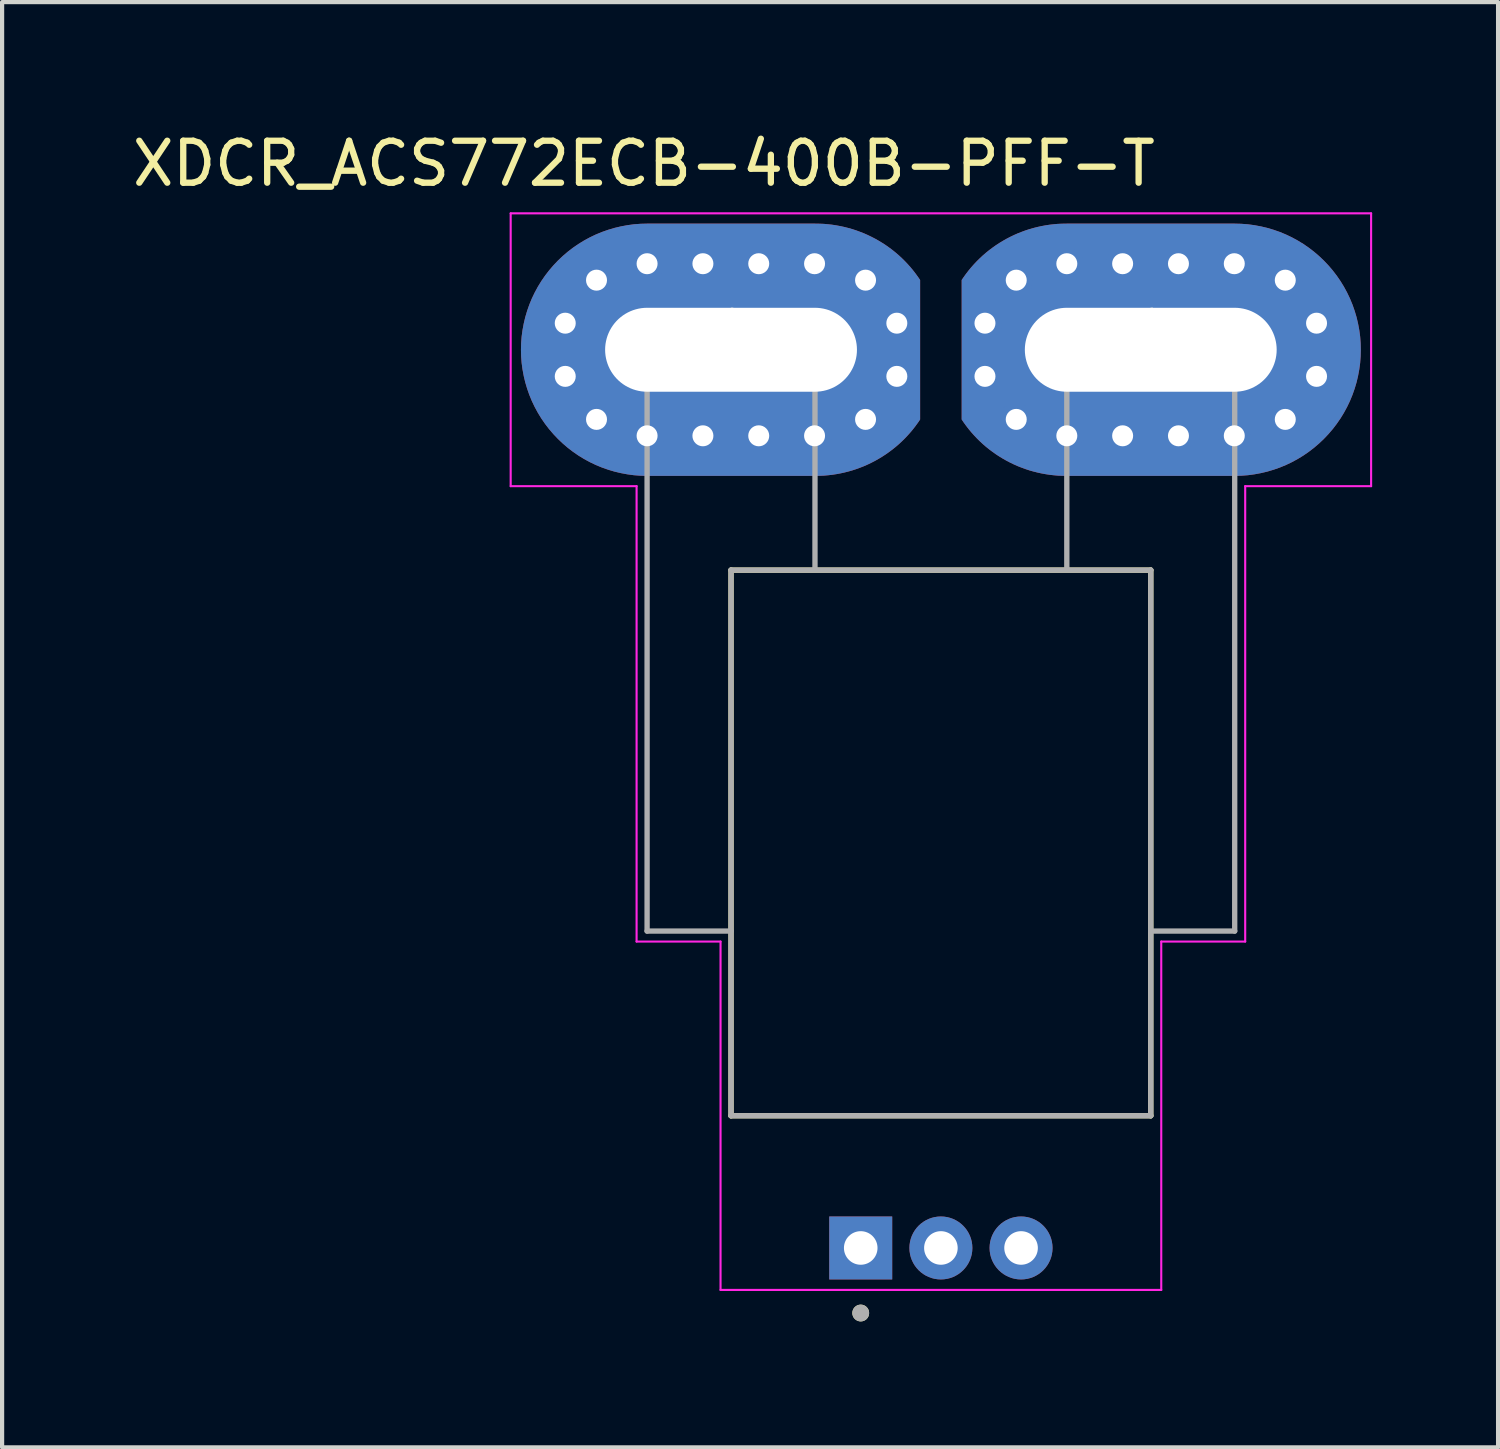
<source format=kicad_pcb>
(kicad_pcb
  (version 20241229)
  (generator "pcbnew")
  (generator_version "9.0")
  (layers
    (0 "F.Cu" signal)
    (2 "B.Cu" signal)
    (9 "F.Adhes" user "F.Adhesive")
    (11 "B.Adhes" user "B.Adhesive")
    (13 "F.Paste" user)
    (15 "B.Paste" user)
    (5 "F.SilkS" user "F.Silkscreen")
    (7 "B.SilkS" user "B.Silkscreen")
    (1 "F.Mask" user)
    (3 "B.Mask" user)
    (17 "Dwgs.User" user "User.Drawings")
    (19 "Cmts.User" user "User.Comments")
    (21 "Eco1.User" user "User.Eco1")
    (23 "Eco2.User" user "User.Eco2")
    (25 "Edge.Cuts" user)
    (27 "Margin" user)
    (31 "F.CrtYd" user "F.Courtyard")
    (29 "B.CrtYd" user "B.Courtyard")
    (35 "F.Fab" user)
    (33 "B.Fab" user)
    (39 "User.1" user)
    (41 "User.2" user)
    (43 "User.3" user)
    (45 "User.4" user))
  (footprint "XDCR_ACS772ECB-400B-PFF-T"
    (layer "F.Cu")
    (at 19.367 15.983)
    (property "Reference" "XDCR_ACS772ECB-400B-PFF-T" (at -7.075 -15.135 0) (layer "F.SilkS") (effects (font (size 1 1) (thickness 0.15))))
    (attr through_hole)
    (fp_poly (pts (xy -3 -7.6) (xy -7 -7.6) (xy -7.162 -7.604) (xy -7.324 -7.617) (xy -7.485 -7.638) (xy -7.645 -7.668) (xy -7.802 -7.706) (xy -7.958 -7.752) (xy -8.111 -7.806) (xy -8.261 -7.868) (xy -8.407 -7.938) (xy -8.55 -8.015) (xy -8.688 -8.1) (xy -8.822 -8.192) (xy -8.951 -8.291) (xy -9.074 -8.396) (xy -9.192 -8.508) (xy -9.304 -8.626) (xy -9.409 -8.749) (xy -9.508 -8.878) (xy -9.6 -9.012) (xy -9.685 -9.15) (xy -9.762 -9.293) (xy -9.832 -9.439) (xy -9.894 -9.589) (xy -9.948 -9.742) (xy -9.994 -9.898) (xy -10.032 -10.055) (xy -10.062 -10.215) (xy -10.083 -10.376) (xy -10.096 -10.538) (xy -10.1 -10.7) (xy -10.096 -10.862) (xy -10.083 -11.024) (xy -10.062 -11.185) (xy -10.032 -11.345) (xy -9.994 -11.502) (xy -9.948 -11.658) (xy -9.894 -11.811) (xy -9.832 -11.961) (xy -9.762 -12.107) (xy -9.685 -12.25) (xy -9.6 -12.388) (xy -9.508 -12.522) (xy -9.409 -12.651) (xy -9.304 -12.774) (xy -9.192 -12.892) (xy -9.074 -13.004) (xy -8.951 -13.109) (xy -8.822 -13.208) (xy -8.688 -13.3) (xy -8.55 -13.385) (xy -8.407 -13.462) (xy -8.261 -13.532) (xy -8.111 -13.594) (xy -7.958 -13.648) (xy -7.802 -13.694) (xy -7.645 -13.732) (xy -7.485 -13.762) (xy -7.324 -13.783) (xy -7.162 -13.796) (xy -7 -13.8) (xy -3 -13.8) (xy -2.898 -13.798) (xy -2.796 -13.793) (xy -2.693 -13.785) (xy -2.591 -13.773) (xy -2.489 -13.757) (xy -2.388 -13.739) (xy -2.288 -13.717) (xy -2.188 -13.692) (xy -2.089 -13.663) (xy -1.992 -13.631) (xy -1.895 -13.596) (xy -1.8 -13.558) (xy -1.705 -13.516) (xy -1.613 -13.472) (xy -1.522 -13.424) (xy -1.432 -13.374) (xy -1.344 -13.32) (xy -1.258 -13.264) (xy -1.174 -13.205) (xy -1.092 -13.143) (xy -1.012 -13.078) (xy -0.934 -13.011) (xy -0.859 -12.941) (xy -0.786 -12.869) (xy -0.715 -12.794) (xy -0.647 -12.717) (xy -0.581 -12.638) (xy -0.518 -12.557) (xy -0.458 -12.473) (xy -0.4 -12.387) (xy -0.4 -9.013) (xy -0.458 -8.927) (xy -0.518 -8.843) (xy -0.581 -8.762) (xy -0.647 -8.683) (xy -0.715 -8.606) (xy -0.786 -8.531) (xy -0.859 -8.459) (xy -0.934 -8.389) (xy -1.012 -8.322) (xy -1.092 -8.257) (xy -1.174 -8.195) (xy -1.258 -8.136) (xy -1.344 -8.08) (xy -1.432 -8.026) (xy -1.522 -7.976) (xy -1.613 -7.928) (xy -1.705 -7.884) (xy -1.8 -7.842) (xy -1.895 -7.804) (xy -1.992 -7.769) (xy -2.089 -7.737) (xy -2.188 -7.708) (xy -2.288 -7.683) (xy -2.388 -7.661) (xy -2.489 -7.643) (xy -2.591 -7.627) (xy -2.693 -7.615) (xy -2.796 -7.607) (xy -2.898 -7.602) (xy -3 -7.6)) (stroke (width 0.01) (type solid)) (fill yes) (layer "F.Mask"))
    (fp_poly (pts (xy 3 -13.8) (xy 7 -13.8) (xy 7.162 -13.796) (xy 7.324 -13.783) (xy 7.485 -13.762) (xy 7.645 -13.732) (xy 7.802 -13.694) (xy 7.958 -13.648) (xy 8.111 -13.594) (xy 8.261 -13.532) (xy 8.407 -13.462) (xy 8.55 -13.385) (xy 8.688 -13.3) (xy 8.822 -13.208) (xy 8.951 -13.109) (xy 9.074 -13.004) (xy 9.192 -12.892) (xy 9.304 -12.774) (xy 9.409 -12.651) (xy 9.508 -12.522) (xy 9.6 -12.388) (xy 9.685 -12.25) (xy 9.762 -12.107) (xy 9.832 -11.961) (xy 9.894 -11.811) (xy 9.948 -11.658) (xy 9.994 -11.502) (xy 10.032 -11.345) (xy 10.062 -11.185) (xy 10.083 -11.024) (xy 10.096 -10.862) (xy 10.1 -10.7) (xy 10.096 -10.538) (xy 10.083 -10.376) (xy 10.062 -10.215) (xy 10.032 -10.055) (xy 9.994 -9.898) (xy 9.948 -9.742) (xy 9.894 -9.589) (xy 9.832 -9.439) (xy 9.762 -9.293) (xy 9.685 -9.15) (xy 9.6 -9.012) (xy 9.508 -8.878) (xy 9.409 -8.749) (xy 9.304 -8.626) (xy 9.192 -8.508) (xy 9.074 -8.396) (xy 8.951 -8.291) (xy 8.822 -8.192) (xy 8.688 -8.1) (xy 8.55 -8.015) (xy 8.407 -7.938) (xy 8.261 -7.868) (xy 8.111 -7.806) (xy 7.958 -7.752) (xy 7.802 -7.706) (xy 7.645 -7.668) (xy 7.485 -7.638) (xy 7.324 -7.617) (xy 7.162 -7.604) (xy 7 -7.6) (xy 3 -7.6) (xy 2.898 -7.602) (xy 2.796 -7.607) (xy 2.693 -7.615) (xy 2.591 -7.627) (xy 2.489 -7.643) (xy 2.388 -7.661) (xy 2.288 -7.683) (xy 2.188 -7.708) (xy 2.089 -7.737) (xy 1.992 -7.769) (xy 1.895 -7.804) (xy 1.8 -7.842) (xy 1.705 -7.884) (xy 1.613 -7.928) (xy 1.522 -7.976) (xy 1.432 -8.026) (xy 1.344 -8.08) (xy 1.258 -8.136) (xy 1.174 -8.195) (xy 1.092 -8.257) (xy 1.012 -8.322) (xy 0.934 -8.389) (xy 0.859 -8.459) (xy 0.786 -8.531) (xy 0.715 -8.606) (xy 0.647 -8.683) (xy 0.581 -8.762) (xy 0.518 -8.843) (xy 0.458 -8.927) (xy 0.4 -9.013) (xy 0.4 -12.387) (xy 0.458 -12.473) (xy 0.518 -12.557) (xy 0.581 -12.638) (xy 0.647 -12.717) (xy 0.715 -12.794) (xy 0.786 -12.869) (xy 0.859 -12.941) (xy 0.934 -13.011) (xy 1.012 -13.078) (xy 1.092 -13.143) (xy 1.174 -13.205) (xy 1.258 -13.264) (xy 1.344 -13.32) (xy 1.432 -13.374) (xy 1.522 -13.424) (xy 1.613 -13.472) (xy 1.705 -13.516) (xy 1.8 -13.558) (xy 1.895 -13.596) (xy 1.992 -13.631) (xy 2.089 -13.663) (xy 2.188 -13.692) (xy 2.288 -13.717) (xy 2.388 -13.739) (xy 2.489 -13.757) (xy 2.591 -13.773) (xy 2.693 -13.785) (xy 2.796 -13.793) (xy 2.898 -13.798) (xy 3 -13.8)) (stroke (width 0.01) (type solid)) (fill yes) (layer "F.Mask"))
    (fp_poly (pts (xy -3 -13.8) (xy -7 -13.8) (xy -7.162 -13.796) (xy -7.324 -13.783) (xy -7.485 -13.762) (xy -7.645 -13.732) (xy -7.802 -13.694) (xy -7.958 -13.648) (xy -8.111 -13.594) (xy -8.261 -13.532) (xy -8.407 -13.462) (xy -8.55 -13.385) (xy -8.688 -13.3) (xy -8.822 -13.208) (xy -8.951 -13.109) (xy -9.074 -13.004) (xy -9.192 -12.892) (xy -9.304 -12.774) (xy -9.409 -12.651) (xy -9.508 -12.522) (xy -9.6 -12.388) (xy -9.685 -12.25) (xy -9.762 -12.107) (xy -9.832 -11.961) (xy -9.894 -11.811) (xy -9.948 -11.658) (xy -9.994 -11.502) (xy -10.032 -11.345) (xy -10.062 -11.185) (xy -10.083 -11.024) (xy -10.096 -10.862) (xy -10.1 -10.7) (xy -10.096 -10.538) (xy -10.083 -10.376) (xy -10.062 -10.215) (xy -10.032 -10.055) (xy -9.994 -9.898) (xy -9.948 -9.742) (xy -9.894 -9.589) (xy -9.832 -9.439) (xy -9.762 -9.293) (xy -9.685 -9.15) (xy -9.6 -9.012) (xy -9.508 -8.878) (xy -9.409 -8.749) (xy -9.304 -8.626) (xy -9.192 -8.508) (xy -9.074 -8.396) (xy -8.951 -8.291) (xy -8.822 -8.192) (xy -8.688 -8.1) (xy -8.55 -8.015) (xy -8.407 -7.938) (xy -8.261 -7.868) (xy -8.111 -7.806) (xy -7.958 -7.752) (xy -7.802 -7.706) (xy -7.645 -7.668) (xy -7.485 -7.638) (xy -7.324 -7.617) (xy -7.162 -7.604) (xy -7 -7.6) (xy -3 -7.6) (xy -2.898 -7.602) (xy -2.796 -7.607) (xy -2.693 -7.615) (xy -2.591 -7.627) (xy -2.489 -7.643) (xy -2.388 -7.661) (xy -2.288 -7.683) (xy -2.188 -7.708) (xy -2.089 -7.737) (xy -1.992 -7.769) (xy -1.895 -7.804) (xy -1.8 -7.842) (xy -1.705 -7.884) (xy -1.613 -7.928) (xy -1.522 -7.976) (xy -1.432 -8.026) (xy -1.344 -8.08) (xy -1.258 -8.136) (xy -1.174 -8.195) (xy -1.092 -8.257) (xy -1.012 -8.322) (xy -0.934 -8.389) (xy -0.859 -8.459) (xy -0.786 -8.531) (xy -0.715 -8.606) (xy -0.647 -8.683) (xy -0.581 -8.762) (xy -0.518 -8.843) (xy -0.458 -8.927) (xy -0.4 -9.013) (xy -0.4 -12.387) (xy -0.458 -12.473) (xy -0.518 -12.557) (xy -0.581 -12.638) (xy -0.647 -12.717) (xy -0.715 -12.794) (xy -0.786 -12.869) (xy -0.859 -12.941) (xy -0.934 -13.011) (xy -1.012 -13.078) (xy -1.092 -13.143) (xy -1.174 -13.205) (xy -1.258 -13.264) (xy -1.344 -13.32) (xy -1.432 -13.374) (xy -1.522 -13.424) (xy -1.613 -13.472) (xy -1.705 -13.516) (xy -1.8 -13.558) (xy -1.895 -13.596) (xy -1.992 -13.631) (xy -2.089 -13.663) (xy -2.188 -13.692) (xy -2.288 -13.717) (xy -2.388 -13.739) (xy -2.489 -13.757) (xy -2.591 -13.773) (xy -2.693 -13.785) (xy -2.796 -13.793) (xy -2.898 -13.798) (xy -3 -13.8)) (stroke (width 0.01) (type solid)) (fill yes) (layer "B.Mask"))
    (fp_poly (pts (xy 3 -7.6) (xy 7 -7.6) (xy 7.162 -7.604) (xy 7.324 -7.617) (xy 7.485 -7.638) (xy 7.645 -7.668) (xy 7.802 -7.706) (xy 7.958 -7.752) (xy 8.111 -7.806) (xy 8.261 -7.868) (xy 8.407 -7.938) (xy 8.55 -8.015) (xy 8.688 -8.1) (xy 8.822 -8.192) (xy 8.951 -8.291) (xy 9.074 -8.396) (xy 9.192 -8.508) (xy 9.304 -8.626) (xy 9.409 -8.749) (xy 9.508 -8.878) (xy 9.6 -9.012) (xy 9.685 -9.15) (xy 9.762 -9.293) (xy 9.832 -9.439) (xy 9.894 -9.589) (xy 9.948 -9.742) (xy 9.994 -9.898) (xy 10.032 -10.055) (xy 10.062 -10.215) (xy 10.083 -10.376) (xy 10.096 -10.538) (xy 10.1 -10.7) (xy 10.096 -10.862) (xy 10.083 -11.024) (xy 10.062 -11.185) (xy 10.032 -11.345) (xy 9.994 -11.502) (xy 9.948 -11.658) (xy 9.894 -11.811) (xy 9.832 -11.961) (xy 9.762 -12.107) (xy 9.685 -12.25) (xy 9.6 -12.388) (xy 9.508 -12.522) (xy 9.409 -12.651) (xy 9.304 -12.774) (xy 9.192 -12.892) (xy 9.074 -13.004) (xy 8.951 -13.109) (xy 8.822 -13.208) (xy 8.688 -13.3) (xy 8.55 -13.385) (xy 8.407 -13.462) (xy 8.261 -13.532) (xy 8.111 -13.594) (xy 7.958 -13.648) (xy 7.802 -13.694) (xy 7.645 -13.732) (xy 7.485 -13.762) (xy 7.324 -13.783) (xy 7.162 -13.796) (xy 7 -13.8) (xy 3 -13.8) (xy 2.898 -13.798) (xy 2.796 -13.793) (xy 2.693 -13.785) (xy 2.591 -13.773) (xy 2.489 -13.757) (xy 2.388 -13.739) (xy 2.288 -13.717) (xy 2.188 -13.692) (xy 2.089 -13.663) (xy 1.992 -13.631) (xy 1.895 -13.596) (xy 1.8 -13.558) (xy 1.705 -13.516) (xy 1.613 -13.472) (xy 1.522 -13.424) (xy 1.432 -13.374) (xy 1.344 -13.32) (xy 1.258 -13.264) (xy 1.174 -13.205) (xy 1.092 -13.143) (xy 1.012 -13.078) (xy 0.934 -13.011) (xy 0.859 -12.941) (xy 0.786 -12.869) (xy 0.715 -12.794) (xy 0.647 -12.717) (xy 0.581 -12.638) (xy 0.518 -12.557) (xy 0.458 -12.473) (xy 0.4 -12.387) (xy 0.4 -9.013) (xy 0.458 -8.927) (xy 0.518 -8.843) (xy 0.581 -8.762) (xy 0.647 -8.683) (xy 0.715 -8.606) (xy 0.786 -8.531) (xy 0.859 -8.459) (xy 0.934 -8.389) (xy 1.012 -8.322) (xy 1.092 -8.257) (xy 1.174 -8.195) (xy 1.258 -8.136) (xy 1.344 -8.08) (xy 1.432 -8.026) (xy 1.522 -7.976) (xy 1.613 -7.928) (xy 1.705 -7.884) (xy 1.8 -7.842) (xy 1.895 -7.804) (xy 1.992 -7.769) (xy 2.089 -7.737) (xy 2.188 -7.708) (xy 2.288 -7.683) (xy 2.388 -7.661) (xy 2.489 -7.643) (xy 2.591 -7.627) (xy 2.693 -7.615) (xy 2.796 -7.607) (xy 2.898 -7.602) (xy 3 -7.6)) (stroke (width 0.01) (type solid)) (fill yes) (layer "B.Mask"))
    (fp_line (start -5 -5.45) (end 5 -5.45) (stroke (width 0.127) (type solid)) (layer "F.SilkS"))
    (fp_line (start -5 7.55) (end -5 -5.45) (stroke (width 0.127) (type solid)) (layer "F.SilkS"))
    (fp_line (start 5 -5.45) (end 5 7.55) (stroke (width 0.127) (type solid)) (layer "F.SilkS"))
    (fp_line (start 5 7.55) (end -5 7.55) (stroke (width 0.127) (type solid)) (layer "F.SilkS"))
    (fp_circle (center -1.91 12.25) (end -1.81 12.25) (stroke (width 0.2) (type solid)) (fill no) (layer "F.SilkS"))
    (fp_line (start -5 -11.7) (end -4.95 -11.7) (stroke (width 0.01) (type solid)) (layer "Edge.Cuts"))
    (fp_line (start 5 -11.7) (end 5.05 -11.7) (stroke (width 0.01) (type solid)) (layer "Edge.Cuts"))
    (fp_line (start -10.25 -13.95) (end 10.25 -13.95) (stroke (width 0.05) (type solid)) (layer "F.CrtYd"))
    (fp_line (start -10.25 -7.45) (end -10.25 -13.95) (stroke (width 0.05) (type solid)) (layer "F.CrtYd"))
    (fp_line (start -7.25 -7.45) (end -10.25 -7.45) (stroke (width 0.05) (type solid)) (layer "F.CrtYd"))
    (fp_line (start -7.25 3.4) (end -7.25 -7.45) (stroke (width 0.05) (type solid)) (layer "F.CrtYd"))
    (fp_line (start -7.25 3.4) (end -5.25 3.4) (stroke (width 0.05) (type solid)) (layer "F.CrtYd"))
    (fp_line (start -5.25 3.4) (end -5.25 11.7) (stroke (width 0.05) (type solid)) (layer "F.CrtYd"))
    (fp_line (start 5.25 3.4) (end 7.25 3.4) (stroke (width 0.05) (type solid)) (layer "F.CrtYd"))
    (fp_line (start 5.25 11.7) (end -5.25 11.7) (stroke (width 0.05) (type solid)) (layer "F.CrtYd"))
    (fp_line (start 5.25 11.7) (end 5.25 3.4) (stroke (width 0.05) (type solid)) (layer "F.CrtYd"))
    (fp_line (start 7.25 -7.45) (end 7.25 3.4) (stroke (width 0.05) (type solid)) (layer "F.CrtYd"))
    (fp_line (start 10.25 -13.95) (end 10.25 -7.45) (stroke (width 0.05) (type solid)) (layer "F.CrtYd"))
    (fp_line (start 10.25 -7.45) (end 7.25 -7.45) (stroke (width 0.05) (type solid)) (layer "F.CrtYd"))
    (fp_line (start -7 -11.45) (end -3 -11.45) (stroke (width 0.127) (type solid)) (layer "F.Fab"))
    (fp_line (start -7 3.15) (end -7 -11.45) (stroke (width 0.127) (type solid)) (layer "F.Fab"))
    (fp_line (start -5 -5.45) (end 5 -5.45) (stroke (width 0.127) (type solid)) (layer "F.Fab"))
    (fp_line (start -5 3.15) (end -7 3.15) (stroke (width 0.127) (type solid)) (layer "F.Fab"))
    (fp_line (start -5 3.15) (end -5 -5.45) (stroke (width 0.127) (type solid)) (layer "F.Fab"))
    (fp_line (start -5 7.55) (end -5 3.15) (stroke (width 0.127) (type solid)) (layer "F.Fab"))
    (fp_line (start -3 -11.45) (end -3 -5.5) (stroke (width 0.127) (type solid)) (layer "F.Fab"))
    (fp_line (start 3 -11.45) (end 3 -5.5) (stroke (width 0.127) (type solid)) (layer "F.Fab"))
    (fp_line (start 5 -5.45) (end 5 7.55) (stroke (width 0.127) (type solid)) (layer "F.Fab"))
    (fp_line (start 5 3.15) (end 7 3.15) (stroke (width 0.127) (type solid)) (layer "F.Fab"))
    (fp_line (start 5 7.55) (end -5 7.55) (stroke (width 0.127) (type solid)) (layer "F.Fab"))
    (fp_line (start 7 -11.45) (end 3 -11.45) (stroke (width 0.127) (type solid)) (layer "F.Fab"))
    (fp_line (start 7 3.15) (end 7 -11.45) (stroke (width 0.127) (type solid)) (layer "F.Fab"))
    (fp_circle (center -1.91 12.25) (end -1.81 12.25) (stroke (width 0.2) (type solid)) (fill no) (layer "F.Fab"))
    (pad "1" thru_hole rect (at -1.91 10.7) (size 1.5 1.5) (drill 0.8) (layers "*.Cu" "*.Mask"))
    (pad "2" thru_hole circle (at 0 10.7) (size 1.5 1.5) (drill 0.8) (layers "*.Cu" "*.Mask"))
    (pad "3" thru_hole circle (at 1.91 10.7) (size 1.5 1.5) (drill 0.8) (layers "*.Cu" "*.Mask"))
    (pad "4" thru_hole custom (at 5 -10.7) (size 6 3) (drill oval 6 2) (layers "*.Cu") (options (anchor circle)) (primitives (gr_poly (pts (xy 2 -3) (xy -2 -3) (xy -2.115 -2.998) (xy -2.213 -2.994) (xy -2.311 -2.985) (xy -2.409 -2.974) (xy -2.507 -2.959) (xy -2.604 -2.941) (xy -2.7 -2.92) (xy -2.795 -2.896) (xy -2.89 -2.869) (xy -2.984 -2.838) (xy -3.076 -2.804) (xy -3.168 -2.768) (xy -3.258 -2.728) (xy -3.347 -2.685) (xy -3.434 -2.64) (xy -3.52 -2.591) (xy -3.604 -2.54) (xy -3.687 -2.486) (xy -3.767 -2.429) (xy -3.846 -2.37) (xy -3.923 -2.308) (xy -3.997 -2.244) (xy -4.069 -2.177) (xy -4.14 -2.107) (xy -4.207 -2.036) (xy -4.273 -1.962) (xy -4.336 -1.886) (xy -4.396 -1.808) (xy -4.454 -1.728) (xy -4.5 -1.66) (xy -4.5 1.66) (xy -4.454 1.728) (xy -4.396 1.808) (xy -4.336 1.886) (xy -4.273 1.962) (xy -4.207 2.036) (xy -4.14 2.107) (xy -4.069 2.177) (xy -3.997 2.244) (xy -3.923 2.308) (xy -3.846 2.37) (xy -3.767 2.429) (xy -3.687 2.486) (xy -3.604 2.54) (xy -3.52 2.591) (xy -3.434 2.64) (xy -3.347 2.685) (xy -3.258 2.728) (xy -3.168 2.768) (xy -3.076 2.804) (xy -2.984 2.838) (xy -2.89 2.869) (xy -2.795 2.896) (xy -2.7 2.92) (xy -2.604 2.941) (xy -2.507 2.959) (xy -2.409 2.974) (xy -2.311 2.985) (xy -2.213 2.994) (xy -2.115 2.998) (xy -2 3) (xy 2 3) (xy 2.157 2.996) (xy 2.314 2.984) (xy 2.469 2.963) (xy 2.624 2.934) (xy 2.776 2.898) (xy 2.927 2.853) (xy 3.075 2.801) (xy 3.22 2.741) (xy 3.362 2.673) (xy 3.5 2.598) (xy 3.634 2.516) (xy 3.763 2.427) (xy 3.888 2.331) (xy 4.007 2.229) (xy 4.121 2.121) (xy 4.229 2.007) (xy 4.331 1.888) (xy 4.427 1.763) (xy 4.516 1.634) (xy 4.598 1.5) (xy 4.673 1.362) (xy 4.741 1.22) (xy 4.801 1.075) (xy 4.853 0.927) (xy 4.898 0.776) (xy 4.934 0.624) (xy 4.963 0.469) (xy 4.984 0.314) (xy 4.996 0.157) (xy 5 0) (xy 4.996 -0.157) (xy 4.984 -0.314) (xy 4.963 -0.469) (xy 4.934 -0.624) (xy 4.898 -0.776) (xy 4.853 -0.927) (xy 4.801 -1.075) (xy 4.741 -1.22) (xy 4.673 -1.362) (xy 4.598 -1.5) (xy 4.516 -1.634) (xy 4.427 -1.763) (xy 4.331 -1.888) (xy 4.229 -2.007) (xy 4.121 -2.121) (xy 4.007 -2.229) (xy 3.888 -2.331) (xy 3.763 -2.427) (xy 3.634 -2.516) (xy 3.5 -2.598) (xy 3.362 -2.673) (xy 3.22 -2.741) (xy 3.075 -2.801) (xy 2.927 -2.853) (xy 2.776 -2.898) (xy 2.624 -2.934) (xy 2.469 -2.963) (xy 2.314 -2.984) (xy 2.157 -2.996) (xy 2 -3)) (width 0.01) (fill yes))))
    (pad "4_1" thru_hole circle (at 3 -8.65) (size 0.8 0.8) (drill 0.5) (layers "*.Cu" "*.Mask"))
    (pad "4_2" thru_hole circle (at 4.33 -8.65) (size 0.8 0.8) (drill 0.5) (layers "*.Cu" "*.Mask"))
    (pad "4_3" thru_hole circle (at 5.66 -8.65) (size 0.8 0.8) (drill 0.5) (layers "*.Cu" "*.Mask"))
    (pad "4_4" thru_hole circle (at 6.99 -8.65) (size 0.8 0.8) (drill 0.5) (layers "*.Cu" "*.Mask"))
    (pad "4_5" thru_hole circle (at 8.205 -9.041) (size 0.8 0.8) (drill 0.5) (layers "*.Cu" "*.Mask"))
    (pad "4_6" thru_hole circle (at 8.95 -10.066) (size 0.8 0.8) (drill 0.5) (layers "*.Cu" "*.Mask"))
    (pad "4_7" thru_hole circle (at 8.95 -11.333) (size 0.8 0.8) (drill 0.5) (layers "*.Cu" "*.Mask"))
    (pad "4_8" thru_hole circle (at 8.205 -12.358) (size 0.8 0.8) (drill 0.5) (layers "*.Cu" "*.Mask"))
    (pad "4_9" thru_hole circle (at 6.99 -12.75) (size 0.8 0.8) (drill 0.5) (layers "*.Cu" "*.Mask"))
    (pad "4_10" thru_hole circle (at 5.66 -12.75) (size 0.8 0.8) (drill 0.5) (layers "*.Cu" "*.Mask"))
    (pad "4_11" thru_hole circle (at 4.33 -12.75) (size 0.8 0.8) (drill 0.5) (layers "*.Cu" "*.Mask"))
    (pad "4_12" thru_hole circle (at 3 -12.75) (size 0.8 0.8) (drill 0.5) (layers "*.Cu" "*.Mask"))
    (pad "4_13" thru_hole circle (at 1.795 -12.358) (size 0.8 0.8) (drill 0.5) (layers "*.Cu" "*.Mask"))
    (pad "4_14" thru_hole circle (at 1.05 -11.333) (size 0.8 0.8) (drill 0.5) (layers "*.Cu" "*.Mask"))
    (pad "4_15" thru_hole circle (at 1.05 -10.066) (size 0.8 0.8) (drill 0.5) (layers "*.Cu" "*.Mask"))
    (pad "4_16" thru_hole circle (at 1.795 -9.041) (size 0.8 0.8) (drill 0.5) (layers "*.Cu" "*.Mask"))
    (pad "5" thru_hole custom (at -5 -10.7) (size 6 3) (drill oval 6 2) (layers "*.Cu") (options (anchor circle)) (primitives (gr_poly (pts (xy -2 3) (xy 2 3) (xy 2.115 2.998) (xy 2.213 2.994) (xy 2.311 2.985) (xy 2.409 2.974) (xy 2.507 2.959) (xy 2.604 2.941) (xy 2.7 2.92) (xy 2.795 2.896) (xy 2.89 2.869) (xy 2.984 2.838) (xy 3.076 2.804) (xy 3.168 2.768) (xy 3.258 2.728) (xy 3.347 2.685) (xy 3.434 2.64) (xy 3.52 2.591) (xy 3.604 2.54) (xy 3.687 2.486) (xy 3.767 2.429) (xy 3.846 2.37) (xy 3.923 2.308) (xy 3.997 2.244) (xy 4.069 2.177) (xy 4.14 2.107) (xy 4.207 2.036) (xy 4.273 1.962) (xy 4.336 1.886) (xy 4.396 1.808) (xy 4.454 1.728) (xy 4.5 1.66) (xy 4.5 -1.66) (xy 4.454 -1.728) (xy 4.396 -1.808) (xy 4.336 -1.886) (xy 4.273 -1.962) (xy 4.207 -2.036) (xy 4.14 -2.107) (xy 4.069 -2.177) (xy 3.997 -2.244) (xy 3.923 -2.308) (xy 3.846 -2.37) (xy 3.767 -2.429) (xy 3.687 -2.486) (xy 3.604 -2.54) (xy 3.52 -2.591) (xy 3.434 -2.64) (xy 3.347 -2.685) (xy 3.258 -2.728) (xy 3.168 -2.768) (xy 3.076 -2.804) (xy 2.984 -2.838) (xy 2.89 -2.869) (xy 2.795 -2.896) (xy 2.7 -2.92) (xy 2.604 -2.941) (xy 2.507 -2.959) (xy 2.409 -2.974) (xy 2.311 -2.985) (xy 2.213 -2.994) (xy 2.115 -2.998) (xy 2 -3) (xy -2 -3) (xy -2.157 -2.996) (xy -2.314 -2.984) (xy -2.469 -2.963) (xy -2.624 -2.934) (xy -2.776 -2.898) (xy -2.927 -2.853) (xy -3.075 -2.801) (xy -3.22 -2.741) (xy -3.362 -2.673) (xy -3.5 -2.598) (xy -3.634 -2.516) (xy -3.763 -2.427) (xy -3.888 -2.331) (xy -4.007 -2.229) (xy -4.121 -2.121) (xy -4.229 -2.007) (xy -4.331 -1.888) (xy -4.427 -1.763) (xy -4.516 -1.634) (xy -4.598 -1.5) (xy -4.673 -1.362) (xy -4.741 -1.22) (xy -4.801 -1.075) (xy -4.853 -0.927) (xy -4.898 -0.776) (xy -4.934 -0.624) (xy -4.963 -0.469) (xy -4.984 -0.314) (xy -4.996 -0.157) (xy -5 0) (xy -4.996 0.157) (xy -4.984 0.314) (xy -4.963 0.469) (xy -4.934 0.624) (xy -4.898 0.776) (xy -4.853 0.927) (xy -4.801 1.075) (xy -4.741 1.22) (xy -4.673 1.362) (xy -4.598 1.5) (xy -4.516 1.634) (xy -4.427 1.763) (xy -4.331 1.888) (xy -4.229 2.007) (xy -4.121 2.121) (xy -4.007 2.229) (xy -3.888 2.331) (xy -3.763 2.427) (xy -3.634 2.516) (xy -3.5 2.598) (xy -3.362 2.673) (xy -3.22 2.741) (xy -3.075 2.801) (xy -2.927 2.853) (xy -2.776 2.898) (xy -2.624 2.934) (xy -2.469 2.963) (xy -2.314 2.984) (xy -2.157 2.996) (xy -2 3)) (width 0.01) (fill yes))))
    (pad "5_1" thru_hole circle (at -7 -8.65) (size 0.8 0.8) (drill 0.5) (layers "*.Cu" "*.Mask"))
    (pad "5_2" thru_hole circle (at -5.67 -8.65) (size 0.8 0.8) (drill 0.5) (layers "*.Cu" "*.Mask"))
    (pad "5_3" thru_hole circle (at -4.34 -8.65) (size 0.8 0.8) (drill 0.5) (layers "*.Cu" "*.Mask"))
    (pad "5_4" thru_hole circle (at -3.01 -8.65) (size 0.8 0.8) (drill 0.5) (layers "*.Cu" "*.Mask"))
    (pad "5_5" thru_hole circle (at -1.795 -9.041) (size 0.8 0.8) (drill 0.5) (layers "*.Cu" "*.Mask"))
    (pad "5_6" thru_hole circle (at -1.05 -10.066) (size 0.8 0.8) (drill 0.5) (layers "*.Cu" "*.Mask"))
    (pad "5_7" thru_hole circle (at -1.05 -11.333) (size 0.8 0.8) (drill 0.5) (layers "*.Cu" "*.Mask"))
    (pad "5_8" thru_hole circle (at -1.795 -12.358) (size 0.8 0.8) (drill 0.5) (layers "*.Cu" "*.Mask"))
    (pad "5_9" thru_hole circle (at -3.01 -12.75) (size 0.8 0.8) (drill 0.5) (layers "*.Cu" "*.Mask"))
    (pad "5_10" thru_hole circle (at -4.34 -12.75) (size 0.8 0.8) (drill 0.5) (layers "*.Cu" "*.Mask"))
    (pad "5_11" thru_hole circle (at -5.67 -12.75) (size 0.8 0.8) (drill 0.5) (layers "*.Cu" "*.Mask"))
    (pad "5_12" thru_hole circle (at -7 -12.75) (size 0.8 0.8) (drill 0.5) (layers "*.Cu" "*.Mask"))
    (pad "5_13" thru_hole circle (at -8.205 -12.358) (size 0.8 0.8) (drill 0.5) (layers "*.Cu" "*.Mask"))
    (pad "5_14" thru_hole circle (at -8.95 -11.333) (size 0.8 0.8) (drill 0.5) (layers "*.Cu" "*.Mask"))
    (pad "5_15" thru_hole circle (at -8.95 -10.066) (size 0.8 0.8) (drill 0.5) (layers "*.Cu" "*.Mask"))
    (pad "5_16" thru_hole circle (at -8.205 -9.041) (size 0.8 0.8) (drill 0.5) (layers "*.Cu" "*.Mask")))
  (gr_rect
    (start -3 -3)
    (end 32.642 31.433)
    (stroke (width 0.1) (type default))
    (fill no)
    (layer "Edge.Cuts")))
</source>
